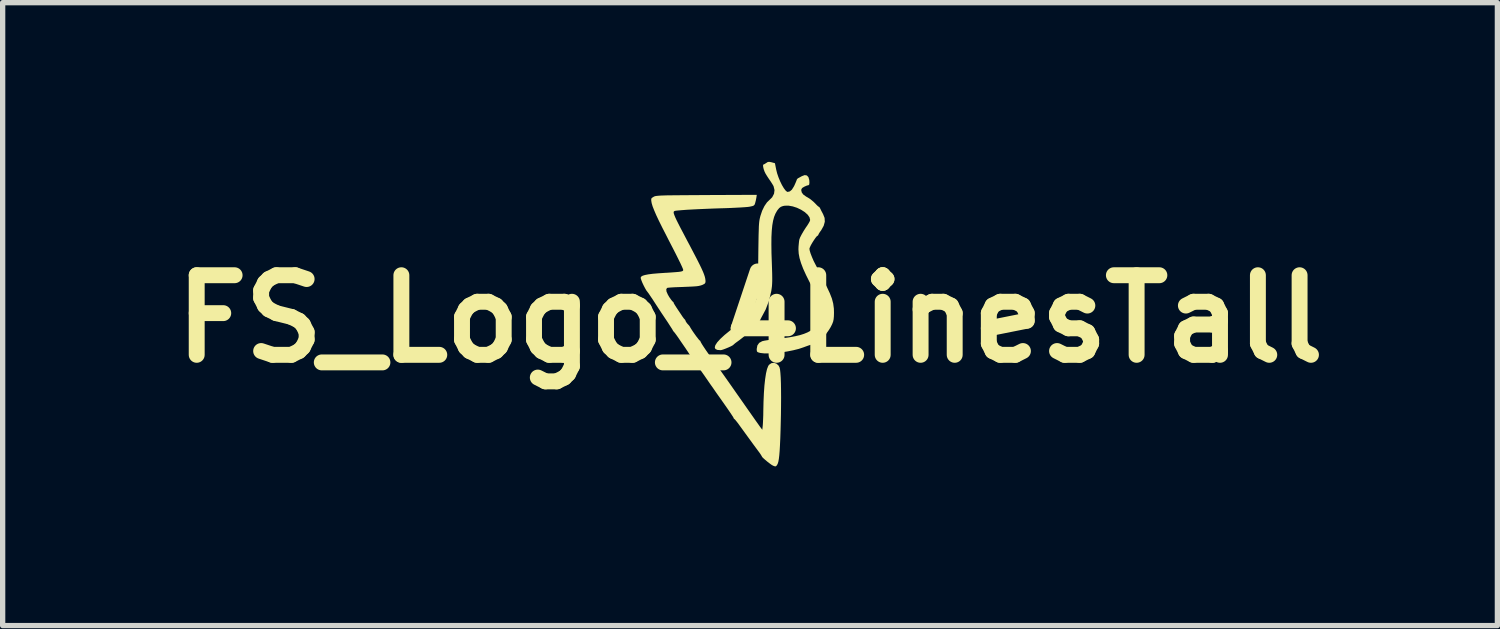
<source format=kicad_pcb>
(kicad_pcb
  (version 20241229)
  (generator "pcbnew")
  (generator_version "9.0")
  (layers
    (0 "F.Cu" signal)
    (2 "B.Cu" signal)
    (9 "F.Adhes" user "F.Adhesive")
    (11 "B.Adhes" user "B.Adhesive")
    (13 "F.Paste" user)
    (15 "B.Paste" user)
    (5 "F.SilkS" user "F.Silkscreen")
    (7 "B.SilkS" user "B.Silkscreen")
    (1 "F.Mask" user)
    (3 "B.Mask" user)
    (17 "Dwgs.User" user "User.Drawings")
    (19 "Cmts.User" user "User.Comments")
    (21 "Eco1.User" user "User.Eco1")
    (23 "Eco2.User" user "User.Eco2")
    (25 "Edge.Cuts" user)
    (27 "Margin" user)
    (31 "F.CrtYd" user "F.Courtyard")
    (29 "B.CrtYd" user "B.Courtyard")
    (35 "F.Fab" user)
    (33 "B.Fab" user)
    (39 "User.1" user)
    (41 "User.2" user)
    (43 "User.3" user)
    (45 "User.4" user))
  (footprint "FS_Logo_4LinesTall"
    (layer "F.Cu")
    (at 11.086 2.959)
    (property "Reference" "FS_Logo_4LinesTall" (at 0 0 0) (layer "F.SilkS") (effects (font (size 1.5 1.5) (thickness 0.3))))
    (attr board_only exclude_from_pos_files exclude_from_bom)
    (fp_poly (pts (xy 0.395 -2.953) (xy 0.407 -2.95) (xy 0.469 -2.933) (xy 0.492 -2.816) (xy 0.51 -2.743) (xy 0.536 -2.667) (xy 0.567 -2.592) (xy 0.601 -2.522) (xy 0.636 -2.463) (xy 0.669 -2.419) (xy 0.697 -2.395) (xy 0.709 -2.392) (xy 0.75 -2.402) (xy 0.788 -2.434) (xy 0.824 -2.491) (xy 0.837 -2.516) (xy 0.858 -2.564) (xy 0.874 -2.602) (xy 0.881 -2.623) (xy 0.881 -2.624) (xy 0.892 -2.64) (xy 0.907 -2.651) (xy 0.937 -2.667) (xy 0.975 -2.688) (xy 0.979 -2.69) (xy 1.03 -2.709) (xy 1.071 -2.702) (xy 1.1 -2.671) (xy 1.116 -2.617) (xy 1.119 -2.573) (xy 1.116 -2.534) (xy 1.104 -2.519) (xy 1.097 -2.518) (xy 1.072 -2.512) (xy 1.035 -2.496) (xy 1.02 -2.489) (xy 0.984 -2.467) (xy 0.968 -2.444) (xy 0.965 -2.423) (xy 0.975 -2.381) (xy 1.004 -2.342) (xy 1.057 -2.304) (xy 1.089 -2.286) (xy 1.141 -2.252) (xy 1.195 -2.207) (xy 1.224 -2.179) (xy 1.257 -2.144) (xy 1.283 -2.12) (xy 1.296 -2.112) (xy 1.31 -2.101) (xy 1.325 -2.074) (xy 1.342 -2.038) (xy 1.366 -1.993) (xy 1.377 -1.972) (xy 1.405 -1.902) (xy 1.409 -1.83) (xy 1.388 -1.754) (xy 1.342 -1.671) (xy 1.32 -1.641) (xy 1.299 -1.609) (xy 1.287 -1.585) (xy 1.287 -1.581) (xy 1.276 -1.567) (xy 1.273 -1.567) (xy 1.257 -1.555) (xy 1.233 -1.525) (xy 1.204 -1.483) (xy 1.174 -1.436) (xy 1.147 -1.389) (xy 1.128 -1.349) (xy 1.119 -1.322) (xy 1.119 -1.32) (xy 1.125 -1.283) (xy 1.142 -1.228) (xy 1.168 -1.162) (xy 1.198 -1.092) (xy 1.231 -1.028) (xy 1.262 -0.969) (xy 1.3 -0.896) (xy 1.342 -0.812) (xy 1.385 -0.726) (xy 1.427 -0.643) (xy 1.463 -0.569) (xy 1.49 -0.511) (xy 1.501 -0.488) (xy 1.542 -0.384) (xy 1.567 -0.289) (xy 1.58 -0.192) (xy 1.582 -0.113) (xy 1.58 -0.043) (xy 1.575 0.009) (xy 1.566 0.052) (xy 1.549 0.096) (xy 1.545 0.105) (xy 1.518 0.158) (xy 1.487 0.209) (xy 1.468 0.236) (xy 1.443 0.27) (xy 1.428 0.297) (xy 1.427 0.304) (xy 1.416 0.321) (xy 1.409 0.322) (xy 1.391 0.33) (xy 1.356 0.351) (xy 1.31 0.381) (xy 1.275 0.406) (xy 1.225 0.441) (xy 1.183 0.469) (xy 1.155 0.486) (xy 1.145 0.49) (xy 1.127 0.494) (xy 1.089 0.507) (xy 1.039 0.525) (xy 1.01 0.536) (xy 0.92 0.566) (xy 0.816 0.592) (xy 0.702 0.615) (xy 0.586 0.633) (xy 0.472 0.646) (xy 0.366 0.652) (xy 0.273 0.652) (xy 0.2 0.644) (xy 0.185 0.641) (xy 0.148 0.63) (xy 0.131 0.616) (xy 0.126 0.589) (xy 0.126 0.566) (xy 0.138 0.502) (xy 0.172 0.453) (xy 0.228 0.422) (xy 0.235 0.42) (xy 0.269 0.412) (xy 0.323 0.403) (xy 0.391 0.394) (xy 0.462 0.385) (xy 0.615 0.366) (xy 0.743 0.348) (xy 0.85 0.328) (xy 0.94 0.307) (xy 1.016 0.283) (xy 1.082 0.256) (xy 1.141 0.224) (xy 1.197 0.187) (xy 1.262 0.13) (xy 1.306 0.068) (xy 1.332 -0.005) (xy 1.342 -0.095) (xy 1.343 -0.127) (xy 1.338 -0.2) (xy 1.324 -0.272) (xy 1.298 -0.35) (xy 1.258 -0.438) (xy 1.207 -0.534) (xy 1.123 -0.69) (xy 1.055 -0.826) (xy 1.001 -0.945) (xy 0.961 -1.05) (xy 0.933 -1.144) (xy 0.917 -1.23) (xy 0.912 -1.31) (xy 0.914 -1.364) (xy 0.919 -1.418) (xy 0.924 -1.466) (xy 0.929 -1.495) (xy 0.943 -1.533) (xy 0.971 -1.588) (xy 1.009 -1.654) (xy 1.055 -1.726) (xy 1.076 -1.755) (xy 1.104 -1.8) (xy 1.125 -1.838) (xy 1.133 -1.863) (xy 1.133 -1.863) (xy 1.12 -1.914) (xy 1.084 -1.965) (xy 1.029 -2.013) (xy 0.962 -2.056) (xy 0.885 -2.093) (xy 0.805 -2.119) (xy 0.726 -2.133) (xy 0.653 -2.132) (xy 0.621 -2.126) (xy 0.581 -2.111) (xy 0.55 -2.088) (xy 0.519 -2.051) (xy 0.508 -2.035) (xy 0.478 -1.982) (xy 0.453 -1.92) (xy 0.434 -1.848) (xy 0.419 -1.762) (xy 0.409 -1.66) (xy 0.403 -1.541) (xy 0.402 -1.4) (xy 0.404 -1.237) (xy 0.41 -1.067) (xy 0.414 -0.948) (xy 0.417 -0.852) (xy 0.418 -0.775) (xy 0.418 -0.713) (xy 0.416 -0.661) (xy 0.413 -0.615) (xy 0.407 -0.57) (xy 0.4 -0.523) (xy 0.358 -0.344) (xy 0.295 -0.177) (xy 0.245 -0.083) (xy 0.22 -0.037) (xy 0.199 0.003) (xy 0.189 0.026) (xy 0.175 0.05) (xy 0.163 0.056) (xy 0.147 0.067) (xy 0.121 0.095) (xy 0.097 0.125) (xy 0.059 0.17) (xy 0.005 0.226) (xy -0.061 0.287) (xy -0.131 0.347) (xy -0.2 0.401) (xy -0.24 0.43) (xy -0.277 0.457) (xy -0.302 0.478) (xy -0.31 0.486) (xy -0.326 0.499) (xy -0.361 0.518) (xy -0.407 0.539) (xy -0.458 0.56) (xy -0.506 0.578) (xy -0.543 0.589) (xy -0.556 0.59) (xy -0.616 0.586) (xy -0.653 0.568) (xy -0.665 0.538) (xy -0.654 0.497) (xy -0.619 0.443) (xy -0.561 0.379) (xy -0.481 0.305) (xy -0.378 0.221) (xy -0.322 0.178) (xy -0.192 0.066) (xy -0.072 -0.065) (xy 0.03 -0.207) (xy 0.038 -0.22) (xy 0.058 -0.251) (xy 0.075 -0.277) (xy 0.089 -0.301) (xy 0.101 -0.324) (xy 0.112 -0.35) (xy 0.121 -0.379) (xy 0.128 -0.413) (xy 0.134 -0.456) (xy 0.138 -0.509) (xy 0.142 -0.574) (xy 0.145 -0.653) (xy 0.148 -0.749) (xy 0.15 -0.863) (xy 0.153 -0.997) (xy 0.155 -1.154) (xy 0.157 -1.335) (xy 0.159 -1.462) (xy 0.161 -1.577) (xy 0.164 -1.669) (xy 0.166 -1.741) (xy 0.17 -1.798) (xy 0.175 -1.845) (xy 0.182 -1.885) (xy 0.191 -1.922) (xy 0.194 -1.935) (xy 0.228 -2.037) (xy 0.271 -2.125) (xy 0.319 -2.195) (xy 0.358 -2.233) (xy 0.417 -2.291) (xy 0.452 -2.358) (xy 0.461 -2.427) (xy 0.444 -2.497) (xy 0.439 -2.508) (xy 0.419 -2.542) (xy 0.389 -2.589) (xy 0.355 -2.638) (xy 0.355 -2.638) (xy 0.322 -2.688) (xy 0.293 -2.735) (xy 0.275 -2.771) (xy 0.275 -2.771) (xy 0.257 -2.821) (xy 0.247 -2.866) (xy 0.245 -2.897) (xy 0.253 -2.909) (xy 0.253 -2.909) (xy 0.273 -2.917) (xy 0.303 -2.936) (xy 0.306 -2.938) (xy 0.333 -2.955) (xy 0.359 -2.959)) (stroke (width 0) (type solid)) (fill yes) (layer "F.SilkS"))
    (fp_poly (pts (xy 0.119 -2.284) (xy 0.109 -2.232) (xy 0.096 -2.181) (xy 0.096 -2.181) (xy 0.086 -2.153) (xy 0.071 -2.136) (xy 0.045 -2.125) (xy -0.001 -2.115) (xy -0.005 -2.114) (xy -0.041 -2.109) (xy -0.1 -2.104) (xy -0.178 -2.099) (xy -0.272 -2.094) (xy -0.377 -2.089) (xy -0.488 -2.085) (xy -0.531 -2.084) (xy -0.685 -2.079) (xy -0.831 -2.073) (xy -0.968 -2.067) (xy -1.091 -2.061) (xy -1.199 -2.055) (xy -1.289 -2.048) (xy -1.358 -2.042) (xy -1.404 -2.037) (xy -1.421 -2.033) (xy -1.431 -2.027) (xy -1.438 -2.019) (xy -1.44 -2.006) (xy -1.437 -1.985) (xy -1.427 -1.956) (xy -1.411 -1.916) (xy -1.386 -1.862) (xy -1.352 -1.794) (xy -1.308 -1.708) (xy -1.253 -1.604) (xy -1.187 -1.478) (xy -1.13 -1.371) (xy -1.059 -1.235) (xy -1 -1.122) (xy -0.952 -1.027) (xy -0.915 -0.95) (xy -0.886 -0.886) (xy -0.866 -0.835) (xy -0.852 -0.792) (xy -0.844 -0.756) (xy -0.84 -0.723) (xy -0.839 -0.706) (xy -0.843 -0.68) (xy -0.857 -0.661) (xy -0.889 -0.644) (xy -0.905 -0.637) (xy -0.933 -0.628) (xy -0.966 -0.62) (xy -1.008 -0.614) (xy -1.065 -0.61) (xy -1.141 -0.606) (xy -1.239 -0.602) (xy -1.259 -0.601) (xy -1.346 -0.598) (xy -1.425 -0.595) (xy -1.49 -0.591) (xy -1.537 -0.587) (xy -1.562 -0.583) (xy -1.564 -0.582) (xy -1.579 -0.557) (xy -1.575 -0.515) (xy -1.55 -0.458) (xy -1.523 -0.411) (xy -1.493 -0.368) (xy -1.469 -0.337) (xy -1.454 -0.322) (xy -1.453 -0.322) (xy -1.441 -0.311) (xy -1.441 -0.307) (xy -1.439 -0.298) (xy -1.431 -0.283) (xy -1.416 -0.258) (xy -1.392 -0.22) (xy -1.357 -0.167) (xy -1.309 -0.096) (xy -1.274 -0.043) (xy -1.251 -0.011) (xy -1.233 0.009) (xy -1.229 0.012) (xy -1.218 0.028) (xy -1.217 0.035) (xy -1.208 0.055) (xy -1.186 0.086) (xy -1.175 0.098) (xy -1.149 0.126) (xy -1.135 0.146) (xy -1.133 0.149) (xy -1.125 0.165) (xy -1.105 0.197) (xy -1.077 0.24) (xy -1.044 0.287) (xy -1.011 0.333) (xy -0.981 0.371) (xy -0.96 0.398) (xy -0.951 0.406) (xy -0.938 0.416) (xy -0.937 0.42) (xy -0.929 0.439) (xy -0.907 0.477) (xy -0.873 0.53) (xy -0.83 0.594) (xy -0.78 0.665) (xy -0.726 0.74) (xy -0.699 0.776) (xy -0.672 0.814) (xy -0.631 0.871) (xy -0.577 0.946) (xy -0.514 1.035) (xy -0.444 1.134) (xy -0.368 1.242) (xy -0.289 1.355) (xy -0.224 1.448) (xy -0.146 1.559) (xy -0.072 1.665) (xy -0.003 1.763) (xy 0.058 1.85) (xy 0.11 1.924) (xy 0.152 1.983) (xy 0.18 2.023) (xy 0.194 2.042) (xy 0.231 2.091) (xy 0.24 2.007) (xy 0.243 1.96) (xy 0.246 1.894) (xy 0.249 1.817) (xy 0.25 1.738) (xy 0.25 1.734) (xy 0.254 1.56) (xy 0.261 1.4) (xy 0.271 1.257) (xy 0.285 1.132) (xy 0.301 1.028) (xy 0.32 0.947) (xy 0.342 0.89) (xy 0.357 0.867) (xy 0.401 0.836) (xy 0.45 0.829) (xy 0.497 0.844) (xy 0.537 0.88) (xy 0.556 0.916) (xy 0.565 0.955) (xy 0.572 1.019) (xy 0.578 1.106) (xy 0.582 1.215) (xy 0.584 1.342) (xy 0.585 1.484) (xy 0.584 1.641) (xy 0.582 1.809) (xy 0.578 1.986) (xy 0.575 2.098) (xy 0.57 2.252) (xy 0.564 2.381) (xy 0.558 2.487) (xy 0.551 2.572) (xy 0.543 2.639) (xy 0.534 2.69) (xy 0.523 2.727) (xy 0.51 2.753) (xy 0.504 2.762) (xy 0.488 2.778) (xy 0.471 2.781) (xy 0.442 2.771) (xy 0.435 2.768) (xy 0.409 2.754) (xy 0.373 2.728) (xy 0.33 2.695) (xy 0.288 2.66) (xy 0.253 2.629) (xy 0.23 2.606) (xy 0.225 2.597) (xy 0.216 2.581) (xy 0.196 2.549) (xy 0.166 2.507) (xy 0.157 2.495) (xy 0.063 2.368) (xy -0.017 2.258) (xy -0.087 2.162) (xy -0.15 2.075) (xy -0.188 2.023) (xy -0.226 1.97) (xy -0.26 1.927) (xy -0.284 1.898) (xy -0.296 1.888) (xy -0.307 1.878) (xy -0.308 1.875) (xy -0.314 1.859) (xy -0.335 1.826) (xy -0.37 1.773) (xy -0.42 1.7) (xy -0.485 1.607) (xy -0.566 1.492) (xy -0.637 1.392) (xy -0.692 1.312) (xy -0.755 1.223) (xy -0.817 1.133) (xy -0.868 1.059) (xy -0.909 1.001) (xy -0.945 0.951) (xy -0.973 0.915) (xy -0.99 0.897) (xy -0.993 0.895) (xy -1.007 0.885) (xy -1.007 0.882) (xy -1.015 0.866) (xy -1.036 0.831) (xy -1.068 0.78) (xy -1.108 0.718) (xy -1.154 0.648) (xy -1.204 0.573) (xy -1.255 0.498) (xy -1.304 0.427) (xy -1.348 0.362) (xy -1.386 0.308) (xy -1.415 0.269) (xy -1.432 0.248) (xy -1.433 0.248) (xy -1.45 0.227) (xy -1.455 0.218) (xy -1.462 0.204) (xy -1.483 0.171) (xy -1.514 0.123) (xy -1.553 0.062) (xy -1.599 -0.006) (xy -1.647 -0.078) (xy -1.656 -0.091) (xy -1.67 -0.112) (xy -1.696 -0.152) (xy -1.731 -0.205) (xy -1.772 -0.268) (xy -1.798 -0.308) (xy -1.84 -0.373) (xy -1.879 -0.43) (xy -1.909 -0.475) (xy -1.93 -0.503) (xy -1.936 -0.511) (xy -1.955 -0.536) (xy -1.979 -0.578) (xy -2.005 -0.628) (xy -2.03 -0.681) (xy -2.049 -0.729) (xy -2.06 -0.765) (xy -2.061 -0.778) (xy -2.05 -0.797) (xy -2.023 -0.813) (xy -1.98 -0.826) (xy -1.919 -0.838) (xy -1.835 -0.849) (xy -1.729 -0.858) (xy -1.597 -0.867) (xy -1.587 -0.867) (xy -1.482 -0.874) (xy -1.402 -0.88) (xy -1.343 -0.885) (xy -1.303 -0.891) (xy -1.278 -0.898) (xy -1.264 -0.907) (xy -1.26 -0.917) (xy -1.259 -0.921) (xy -1.265 -0.941) (xy -1.281 -0.979) (xy -1.308 -1.038) (xy -1.347 -1.117) (xy -1.397 -1.218) (xy -1.46 -1.341) (xy -1.536 -1.488) (xy -1.576 -1.567) (xy -1.653 -1.717) (xy -1.717 -1.846) (xy -1.768 -1.954) (xy -1.807 -2.045) (xy -1.836 -2.119) (xy -1.854 -2.179) (xy -1.862 -2.227) (xy -1.862 -2.263) (xy -1.849 -2.28) (xy -1.819 -2.299) (xy -1.808 -2.305) (xy -1.795 -2.31) (xy -1.779 -2.314) (xy -1.757 -2.317) (xy -1.727 -2.32) (xy -1.686 -2.323) (xy -1.634 -2.325) (xy -1.568 -2.327) (xy -1.485 -2.328) (xy -1.384 -2.329) (xy -1.263 -2.33) (xy -1.119 -2.331) (xy -0.951 -2.332) (xy -0.814 -2.333) (xy 0.127 -2.337)) (stroke (width 0) (type solid)) (fill yes) (layer "F.SilkS")))
  (gr_rect
    (start -3 -3)
    (end 25.171 8.74)
    (stroke (width 0.1) (type default))
    (fill no)
    (layer "Edge.Cuts")))
</source>
